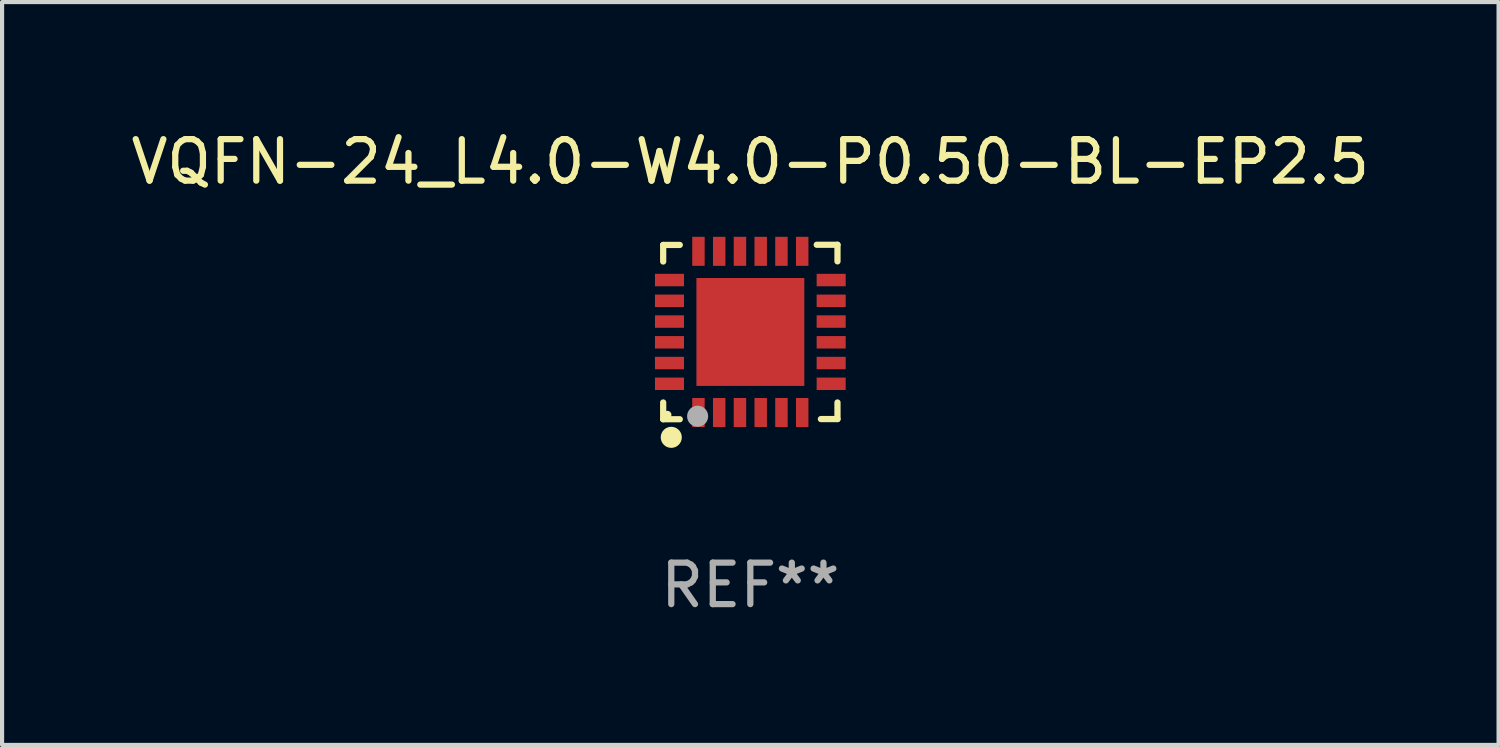
<source format=kicad_pcb>
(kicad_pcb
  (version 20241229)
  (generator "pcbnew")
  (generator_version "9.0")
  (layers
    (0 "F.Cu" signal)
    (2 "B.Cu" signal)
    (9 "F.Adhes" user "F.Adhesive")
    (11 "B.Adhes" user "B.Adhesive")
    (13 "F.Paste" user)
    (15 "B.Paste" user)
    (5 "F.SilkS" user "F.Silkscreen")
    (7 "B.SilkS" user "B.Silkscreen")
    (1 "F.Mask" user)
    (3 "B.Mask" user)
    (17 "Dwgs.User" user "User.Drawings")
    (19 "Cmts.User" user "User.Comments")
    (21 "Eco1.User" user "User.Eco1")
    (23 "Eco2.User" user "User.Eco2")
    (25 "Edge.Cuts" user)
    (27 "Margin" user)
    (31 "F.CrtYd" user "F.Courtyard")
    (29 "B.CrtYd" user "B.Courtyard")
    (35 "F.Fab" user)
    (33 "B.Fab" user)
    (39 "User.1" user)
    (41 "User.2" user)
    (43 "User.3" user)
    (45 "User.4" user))
  (footprint "VQFN-24_L4.0-W4.0-P0.50-BL-EP2.5"
    (layer "F.Cu")
    (at 15.03 4.948)
    (property "Reference" "VQFN-24_L4.0-W4.0-P0.50-BL-EP2.5" (at -0.000064 -4.1 0) (layer "F.SilkS") (effects (font (size 1 1) (thickness 0.15))))
    (attr smd)
    (fp_line (start -2.1 -2.096) (end -1.7 -2.096) (stroke (width 0.15) (type solid)) (layer "F.SilkS"))
    (fp_line (start -2.1 -1.696) (end -2.1 -2.096) (stroke (width 0.15) (type solid)) (layer "F.SilkS"))
    (fp_line (start -2.1 2.104) (end -2.1 1.7) (stroke (width 0.15) (type solid)) (layer "F.SilkS"))
    (fp_line (start -1.7 2.104) (end -2.1 2.104) (stroke (width 0.15) (type solid)) (layer "F.SilkS"))
    (fp_line (start 1.6 -2.1) (end 2.1 -2.1) (stroke (width 0.15) (type solid)) (layer "F.SilkS"))
    (fp_line (start 1.7 2.1) (end 2.1 2.1) (stroke (width 0.15) (type solid)) (layer "F.SilkS"))
    (fp_line (start 2.1 -2.1) (end 2.1 -1.7) (stroke (width 0.15) (type solid)) (layer "F.SilkS"))
    (fp_line (start 2.1 2.1) (end 2.1 1.7) (stroke (width 0.15) (type solid)) (layer "F.SilkS"))
    (fp_circle (center -2 2) (end -1.95 2) (stroke (width 0.1) (type solid)) (fill no) (layer "F.SilkS"))
    (fp_circle (center -1.905 2.54) (end -1.778 2.54) (stroke (width 0.254) (type solid)) (fill no) (layer "F.SilkS"))
    (fp_circle (center -1.27 2.032) (end -1.143 2.032) (stroke (width 0.254) (type solid)) (fill no) (layer "F.Fab"))
    (fp_text user "REF**" (at -0.000064 6.104 0) (layer "F.Fab") (effects (font (size 1 1) (thickness 0.15))))
    (pad "1" smd rect (at -1.25 1.942 180) (size 0.3 0.7) (layers "F.Cu" "F.Mask" "F.Paste"))
    (pad "2" smd rect (at -0.75 1.942 180) (size 0.3 0.7) (layers "F.Cu" "F.Mask" "F.Paste"))
    (pad "3" smd rect (at -0.25 1.942 180) (size 0.3 0.7) (layers "F.Cu" "F.Mask" "F.Paste"))
    (pad "4" smd rect (at 0.25 1.942 180) (size 0.3 0.7) (layers "F.Cu" "F.Mask" "F.Paste"))
    (pad "5" smd rect (at 0.75 1.942 180) (size 0.3 0.7) (layers "F.Cu" "F.Mask" "F.Paste"))
    (pad "6" smd rect (at 1.25 1.942 180) (size 0.3 0.7) (layers "F.Cu" "F.Mask" "F.Paste"))
    (pad "7" smd rect (at 1.948 1.25 270) (size 0.3 0.7) (layers "F.Cu" "F.Mask" "F.Paste"))
    (pad "8" smd rect (at 1.948 0.75 270) (size 0.3 0.7) (layers "F.Cu" "F.Mask" "F.Paste"))
    (pad "9" smd rect (at 1.948 0.25 270) (size 0.3 0.7) (layers "F.Cu" "F.Mask" "F.Paste"))
    (pad "10" smd rect (at 1.948 -0.25 270) (size 0.3 0.7) (layers "F.Cu" "F.Mask" "F.Paste"))
    (pad "11" smd rect (at 1.948 -0.75 270) (size 0.3 0.7) (layers "F.Cu" "F.Mask" "F.Paste"))
    (pad "12" smd rect (at 1.948 -1.25 270) (size 0.3 0.7) (layers "F.Cu" "F.Mask" "F.Paste"))
    (pad "13" smd rect (at 1.25 -1.942) (size 0.3 0.7) (layers "F.Cu" "F.Mask" "F.Paste"))
    (pad "14" smd rect (at 0.75 -1.942) (size 0.3 0.7) (layers "F.Cu" "F.Mask" "F.Paste"))
    (pad "15" smd rect (at 0.25 -1.942) (size 0.3 0.7) (layers "F.Cu" "F.Mask" "F.Paste"))
    (pad "16" smd rect (at -0.25 -1.942) (size 0.3 0.7) (layers "F.Cu" "F.Mask" "F.Paste"))
    (pad "17" smd rect (at -0.75 -1.942) (size 0.3 0.7) (layers "F.Cu" "F.Mask" "F.Paste"))
    (pad "18" smd rect (at -1.25 -1.942) (size 0.3 0.7) (layers "F.Cu" "F.Mask" "F.Paste"))
    (pad "19" smd rect (at -1.948 -1.25 90) (size 0.3 0.7) (layers "F.Cu" "F.Mask" "F.Paste"))
    (pad "20" smd rect (at -1.948 -0.75 90) (size 0.3 0.7) (layers "F.Cu" "F.Mask" "F.Paste"))
    (pad "21" smd rect (at -1.948 -0.25 90) (size 0.3 0.7) (layers "F.Cu" "F.Mask" "F.Paste"))
    (pad "22" smd rect (at -1.948 0.25 90) (size 0.3 0.7) (layers "F.Cu" "F.Mask" "F.Paste"))
    (pad "23" smd rect (at -1.948 0.75 90) (size 0.3 0.7) (layers "F.Cu" "F.Mask" "F.Paste"))
    (pad "24" smd rect (at -1.948 1.25 90) (size 0.3 0.7) (layers "F.Cu" "F.Mask" "F.Paste"))
    (pad "25" smd rect (at 0.001 0.001 90) (size 2.6 2.6) (layers "F.Cu" "F.Mask" "F.Paste")))
  (gr_rect
    (start -3 -3)
    (end 33.06 14.901)
    (stroke (width 0.1) (type default))
    (fill no)
    (layer "Edge.Cuts")))
</source>
